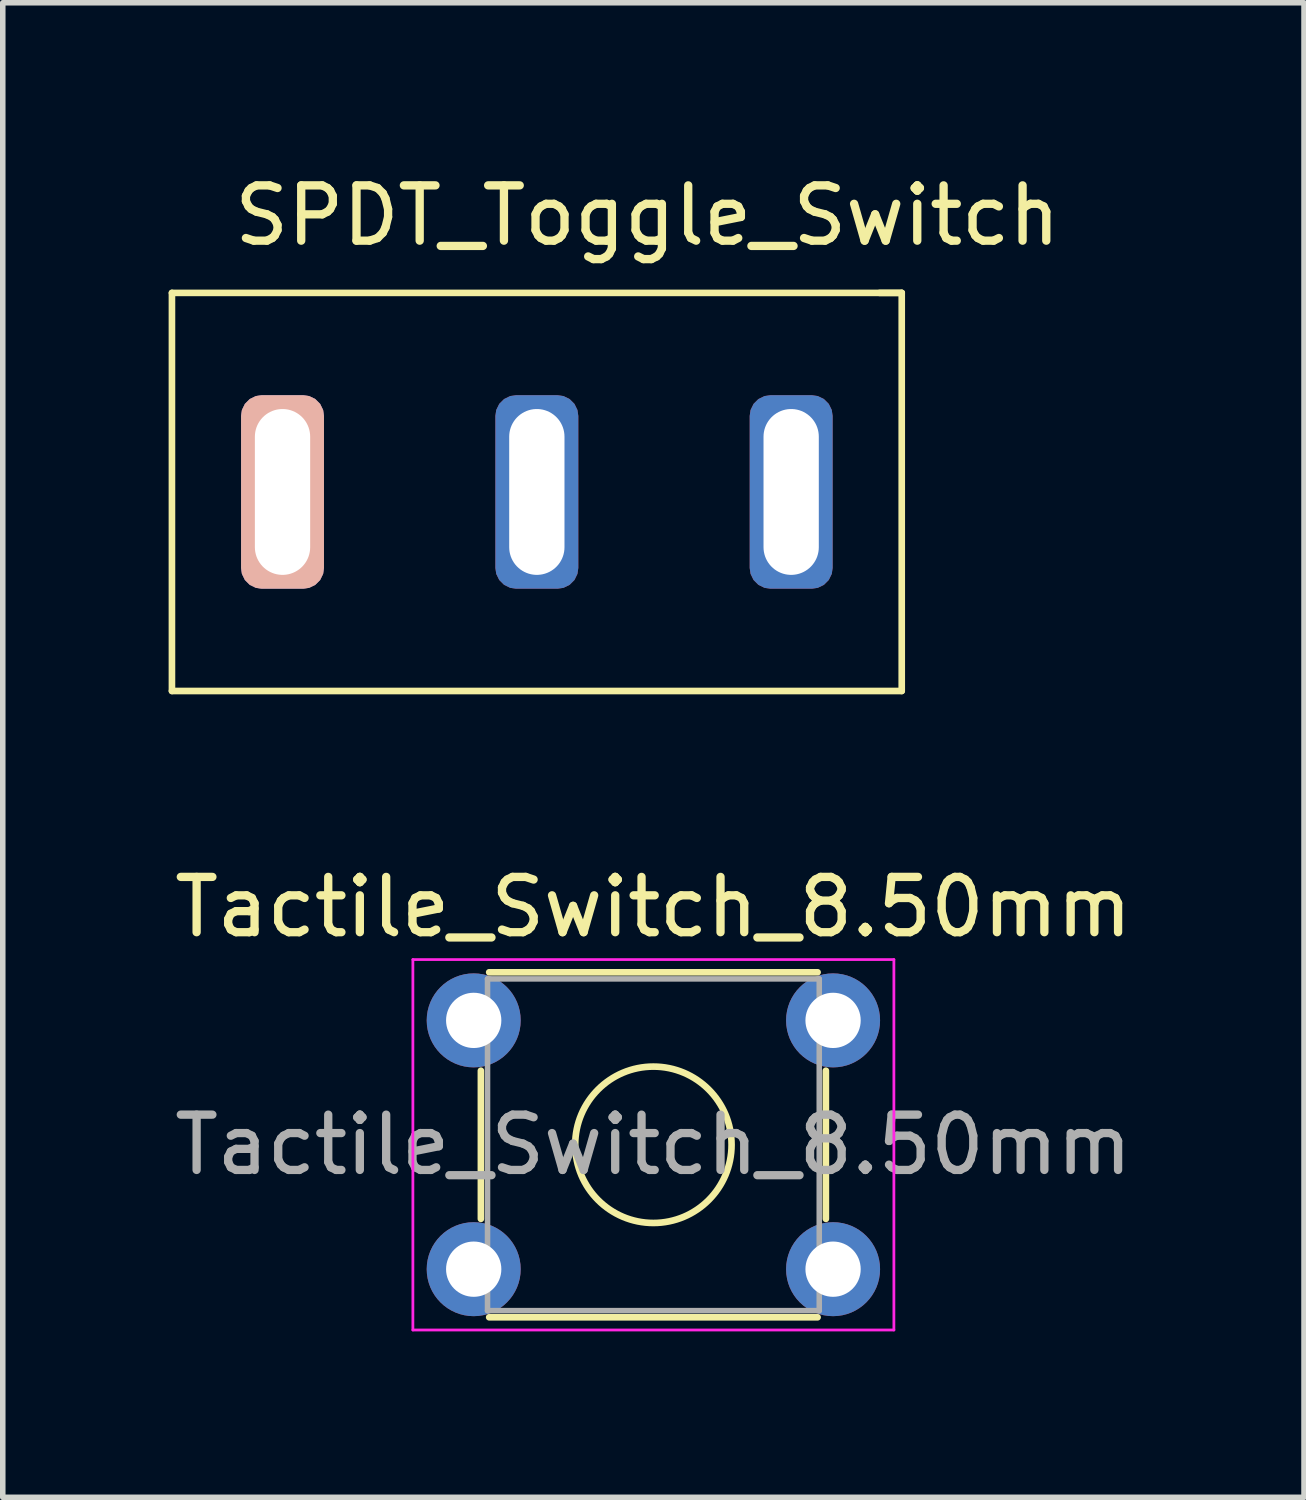
<source format=kicad_pcb>
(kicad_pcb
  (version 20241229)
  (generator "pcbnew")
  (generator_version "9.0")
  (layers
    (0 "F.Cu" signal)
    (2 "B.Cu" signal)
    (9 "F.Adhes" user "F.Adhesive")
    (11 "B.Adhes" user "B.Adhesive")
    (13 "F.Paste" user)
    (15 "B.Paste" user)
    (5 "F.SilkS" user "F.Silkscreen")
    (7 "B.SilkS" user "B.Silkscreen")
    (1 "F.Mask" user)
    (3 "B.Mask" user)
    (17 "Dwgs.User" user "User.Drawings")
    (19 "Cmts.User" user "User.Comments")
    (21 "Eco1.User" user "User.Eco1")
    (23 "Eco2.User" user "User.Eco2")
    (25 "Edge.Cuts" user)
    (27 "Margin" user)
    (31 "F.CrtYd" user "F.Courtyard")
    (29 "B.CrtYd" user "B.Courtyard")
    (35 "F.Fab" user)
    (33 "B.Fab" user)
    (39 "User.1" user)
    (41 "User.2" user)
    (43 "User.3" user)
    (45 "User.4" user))
  (footprint "Tactile_Switch_8.50mm"
    (layer "F.Cu")
    (at 5.518 15.406)
    (property "Reference" "Tactile_Switch_8.50mm" (at 3.25 -2.05 0) (layer "F.SilkS") (effects (font (size 1 1) (thickness 0.15))))
    (attr through_hole)
    (fp_line (start 0.13 3.59) (end 0.13 0.91) (stroke (width 0.12) (type solid)) (layer "F.SilkS"))
    (fp_line (start 0.28 -0.87) (end 6.22 -0.87) (stroke (width 0.12) (type solid)) (layer "F.SilkS"))
    (fp_line (start 0.28 5.37) (end 6.22 5.37) (stroke (width 0.12) (type solid)) (layer "F.SilkS"))
    (fp_line (start 6.37 0.91) (end 6.37 3.59) (stroke (width 0.12) (type solid)) (layer "F.SilkS"))
    (fp_circle (center 3.25 2.25) (end 4.25 3.25) (stroke (width 0.12) (type solid)) (fill no) (layer "F.SilkS"))
    (fp_line (start -1.1 -1.1) (end -1.1 5.6) (stroke (width 0.05) (type solid)) (layer "F.CrtYd"))
    (fp_line (start -1.1 -1.1) (end 7.6 -1.1) (stroke (width 0.05) (type solid)) (layer "F.CrtYd"))
    (fp_line (start -1.1 5.6) (end 7.6 5.6) (stroke (width 0.05) (type solid)) (layer "F.CrtYd"))
    (fp_line (start 7.6 5.6) (end 7.6 -1.1) (stroke (width 0.05) (type solid)) (layer "F.CrtYd"))
    (fp_line (start 0.25 -0.75) (end 0.25 5.25) (stroke (width 0.1) (type solid)) (layer "F.Fab"))
    (fp_line (start 0.25 -0.75) (end 6.25 -0.75) (stroke (width 0.1) (type solid)) (layer "F.Fab"))
    (fp_line (start 0.25 5.25) (end 6.25 5.25) (stroke (width 0.1) (type solid)) (layer "F.Fab"))
    (fp_line (start 6.25 -0.75) (end 6.25 5.25) (stroke (width 0.1) (type solid)) (layer "F.Fab"))
    (fp_text user "${REFERENCE}" (at 3.25 2.25 0) (layer "F.Fab") (effects (font (size 1 1) (thickness 0.15))))
    (pad "1" thru_hole circle (at 0 0) (size 1.7 1.7) (drill 1) (layers "*.Cu" "*.Mask"))
    (pad "2" thru_hole circle (at 6.5 0) (size 1.7 1.7) (drill 1) (layers "*.Cu" "*.Mask"))
    (pad "3" thru_hole circle (at 0 4.5) (size 1.7 1.7) (drill 1) (layers "*.Cu" "*.Mask"))
    (pad "4" thru_hole circle (at 6.5 4.5) (size 1.7 1.7) (drill 1) (layers "*.Cu" "*.Mask")))
  (footprint "SPDT_Toggle_Switch"
    (layer "F.Cu")
    (at 6.66 5.848)
    (property "Reference" "SPDT_Toggle_Switch" (at 2 -5 0) (layer "F.SilkS") (effects (font (size 1 1) (thickness 0.15))))
    (attr through_hole)
    (fp_line (start -6.6 -3.6) (end 6.6 -3.6) (stroke (width 0.12) (type solid)) (layer "F.SilkS"))
    (fp_line (start -6.6 3.6) (end -6.6 -3.6) (stroke (width 0.12) (type solid)) (layer "F.SilkS"))
    (fp_line (start 6.2 -3.6) (end 6.6 -3.6) (stroke (width 0.12) (type solid)) (layer "F.SilkS"))
    (fp_line (start 6.6 -3.6) (end 6.6 3.6) (stroke (width 0.12) (type solid)) (layer "F.SilkS"))
    (fp_line (start 6.6 3.6) (end -6.6 3.6) (stroke (width 0.12) (type solid)) (layer "F.SilkS"))
    (pad "1" thru_hole roundrect (at -4.6 0) (size 1.5 3.5) (drill oval 1 3) (layers "*.Cu" "*.Mask" "B.SilkS") (roundrect_rratio 0.25))
    (pad "2" thru_hole roundrect (at 0 0) (size 1.5 3.5) (drill oval 1 3) (layers "*.Cu" "*.Mask") (roundrect_rratio 0.25))
    (pad "3" thru_hole roundrect (at 4.6 0) (size 1.5 3.5) (drill oval 1 3) (layers "*.Cu" "*.Mask") (roundrect_rratio 0.25)))
  (gr_rect
    (start -3 -3)
    (end 20.536 24.032)
    (stroke (width 0.1) (type default))
    (fill no)
    (layer "Edge.Cuts")))
</source>
